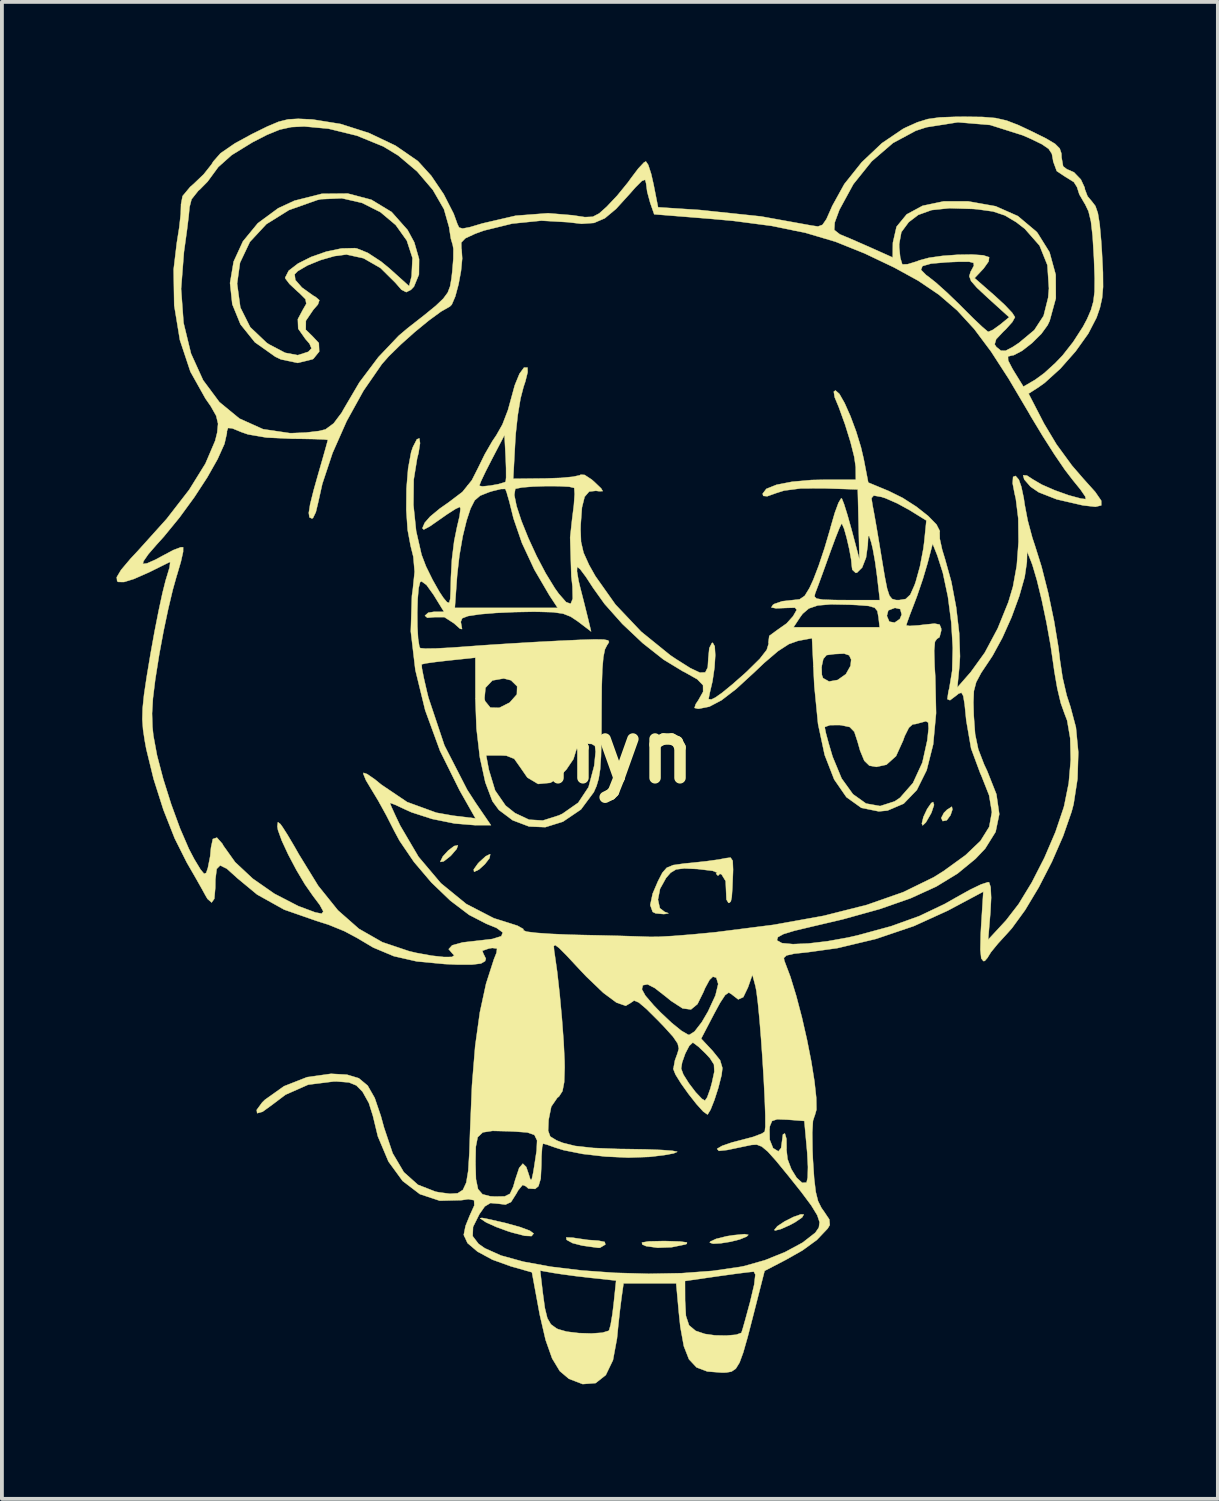
<source format=kicad_pcb>
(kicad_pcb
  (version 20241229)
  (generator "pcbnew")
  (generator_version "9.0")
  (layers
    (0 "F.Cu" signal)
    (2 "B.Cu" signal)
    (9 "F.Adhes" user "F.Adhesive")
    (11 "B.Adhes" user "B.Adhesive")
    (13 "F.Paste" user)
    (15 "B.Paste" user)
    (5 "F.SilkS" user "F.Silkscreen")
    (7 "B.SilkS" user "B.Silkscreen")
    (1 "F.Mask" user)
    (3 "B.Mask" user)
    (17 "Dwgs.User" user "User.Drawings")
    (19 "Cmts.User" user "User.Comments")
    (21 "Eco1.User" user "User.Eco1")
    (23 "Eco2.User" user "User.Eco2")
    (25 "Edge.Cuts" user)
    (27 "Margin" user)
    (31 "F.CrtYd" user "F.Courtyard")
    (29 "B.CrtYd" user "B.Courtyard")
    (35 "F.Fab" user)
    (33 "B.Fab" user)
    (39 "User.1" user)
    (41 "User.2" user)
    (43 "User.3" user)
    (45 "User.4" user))
  (footprint "nyn"
    (layer "F.Cu")
    (at 13.15 16.617)
    (property "Reference" "nyn" (at 0 0 0) (layer "F.SilkS") (effects (font (size 1.524 1.524) (thickness 0.3))))
    (attr through_hole)
    (fp_poly (pts (xy 2.642 3.2) (xy 2.591 3.251) (xy 2.54 3.2) (xy 2.591 3.15) (xy 2.642 3.2)) (stroke (width 0.01) (type solid)) (fill yes) (layer "F.SilkS"))
    (fp_poly (pts (xy 8.726 1.519) (xy 8.676 1.668) (xy 8.577 1.801) (xy 8.471 1.822) (xy 8.433 1.74) (xy 8.502 1.607) (xy 8.585 1.524) (xy 8.711 1.444) (xy 8.726 1.519)) (stroke (width 0.01) (type solid)) (fill yes) (layer "F.SilkS"))
    (fp_poly (pts (xy -4.248 2.55) (xy -4.391 2.716) (xy -4.42 2.744) (xy -4.586 2.874) (xy -4.671 2.891) (xy -4.674 2.878) (xy -4.611 2.747) (xy -4.468 2.591) (xy -4.314 2.474) (xy -4.216 2.456) (xy -4.248 2.55)) (stroke (width 0.01) (type solid)) (fill yes) (layer "F.SilkS"))
    (fp_poly (pts (xy -3.37 2.692) (xy -3.39 2.793) (xy -3.509 2.948) (xy -3.665 3.09) (xy -3.793 3.15) (xy -3.802 3.087) (xy -3.692 2.933) (xy -3.658 2.896) (xy -3.486 2.74) (xy -3.377 2.688) (xy -3.37 2.692)) (stroke (width 0.01) (type solid)) (fill yes) (layer "F.SilkS"))
    (fp_poly (pts (xy 8.245 1.398) (xy 8.181 1.589) (xy 8.164 1.626) (xy 8.032 1.855) (xy 7.947 1.936) (xy 7.925 1.886) (xy 7.967 1.712) (xy 8.065 1.504) (xy 8.172 1.35) (xy 8.219 1.321) (xy 8.245 1.398)) (stroke (width 0.01) (type solid)) (fill yes) (layer "F.SilkS"))
    (fp_poly (pts (xy 4.836 12.118) (xy 4.792 12.194) (xy 4.61 12.319) (xy 4.48 12.39) (xy 4.236 12.499) (xy 4.086 12.537) (xy 4.064 12.522) (xy 4.145 12.424) (xy 4.337 12.297) (xy 4.567 12.181) (xy 4.76 12.113) (xy 4.836 12.118)) (stroke (width 0.01) (type solid)) (fill yes) (layer "F.SilkS"))
    (fp_poly (pts (xy 1.219 12.813) (xy 1.596 12.824) (xy 1.778 12.848) (xy 1.774 12.886) (xy 1.727 12.903) (xy 1.379 12.974) (xy 1.011 12.988) (xy 0.709 12.946) (xy 0.61 12.903) (xy 0.599 12.851) (xy 0.773 12.821) (xy 1.139 12.813) (xy 1.219 12.813)) (stroke (width 0.01) (type solid)) (fill yes) (layer "F.SilkS"))
    (fp_poly (pts (xy 3.386 12.65) (xy 3.343 12.694) (xy 3.162 12.769) (xy 2.917 12.831) (xy 2.664 12.871) (xy 2.464 12.882) (xy 2.375 12.854) (xy 2.388 12.826) (xy 2.542 12.755) (xy 2.821 12.686) (xy 2.997 12.659) (xy 3.286 12.631) (xy 3.386 12.65)) (stroke (width 0.01) (type solid)) (fill yes) (layer "F.SilkS"))
    (fp_poly (pts (xy -1.21 12.724) (xy -1.13 12.737) (xy -0.812 12.783) (xy -0.54 12.802) (xy -0.375 12.835) (xy -0.356 12.903) (xy -0.501 12.99) (xy -0.539 12.99) (xy -0.723 12.965) (xy -0.965 12.931) (xy -1.217 12.866) (xy -1.372 12.78) (xy -1.38 12.717) (xy -1.21 12.724)) (stroke (width 0.01) (type solid)) (fill yes) (layer "F.SilkS"))
    (fp_poly (pts (xy -3.454 12.231) (xy -2.981 12.338) (xy -2.595 12.445) (xy -2.334 12.541) (xy -2.235 12.614) (xy -2.235 12.616) (xy -2.288 12.683) (xy -2.466 12.675) (xy -2.796 12.59) (xy -2.9 12.558) (xy -3.211 12.445) (xy -3.467 12.329) (xy -3.509 12.304) (xy -3.636 12.217) (xy -3.587 12.206) (xy -3.454 12.231)) (stroke (width 0.01) (type solid)) (fill yes) (layer "F.SilkS"))
    (fp_poly (pts (xy 2.976 2.861) (xy 2.985 3.09) (xy 2.983 3.17) (xy 2.967 3.568) (xy 2.951 3.805) (xy 2.927 3.922) (xy 2.889 3.96) (xy 2.864 3.962) (xy 2.812 3.875) (xy 2.803 3.671) (xy 2.791 3.392) (xy 2.685 3.219) (xy 2.449 3.123) (xy 2.054 3.076) (xy 1.707 3.06) (xy 1.495 3.086) (xy 1.351 3.173) (xy 1.232 3.309) (xy 1.074 3.594) (xy 1.019 3.878) (xy 1.069 4.101) (xy 1.194 4.197) (xy 1.296 4.234) (xy 1.204 4.253) (xy 1.16 4.255) (xy 0.957 4.236) (xy 0.881 4.199) (xy 0.817 4.019) (xy 0.881 3.719) (xy 1.018 3.399) (xy 1.134 3.174) (xy 1.249 3.043) (xy 1.421 2.972) (xy 1.708 2.932) (xy 1.907 2.913) (xy 2.289 2.872) (xy 2.613 2.827) (xy 2.794 2.792) (xy 2.92 2.777) (xy 2.976 2.861)) (stroke (width 0.01) (type solid)) (fill yes) (layer "F.SilkS"))
    (fp_poly (pts (xy -6.481 -14.44) (xy -5.951 -14.119) (xy -5.533 -13.648) (xy -5.358 -13.325) (xy -5.232 -12.887) (xy -5.236 -12.483) (xy -5.366 -12.166) (xy -5.446 -12.082) (xy -5.568 -12.021) (xy -5.694 -12.085) (xy -5.852 -12.267) (xy -6.241 -12.652) (xy -6.686 -12.908) (xy -7.129 -13.005) (xy -7.141 -13.005) (xy -7.45 -12.964) (xy -7.811 -12.86) (xy -8.154 -12.72) (xy -8.408 -12.571) (xy -8.489 -12.489) (xy -8.471 -12.34) (xy -8.299 -12.143) (xy -8.004 -11.931) (xy -7.935 -11.891) (xy -7.842 -11.81) (xy -7.879 -11.7) (xy -8.002 -11.558) (xy -8.195 -11.273) (xy -8.198 -11.038) (xy -8.026 -10.871) (xy -7.856 -10.69) (xy -7.846 -10.466) (xy -7.998 -10.278) (xy -8.02 -10.265) (xy -8.408 -10.169) (xy -8.847 -10.261) (xy -8.992 -10.329) (xy -9.53 -10.71) (xy -9.906 -11.178) (xy -10.121 -11.705) (xy -10.178 -12.243) (xy -9.995 -12.243) (xy -9.91 -11.62) (xy -9.651 -11.104) (xy -9.221 -10.696) (xy -9.157 -10.654) (xy -8.738 -10.434) (xy -8.407 -10.372) (xy -8.132 -10.46) (xy -8.131 -10.461) (xy -8.048 -10.549) (xy -8.099 -10.672) (xy -8.207 -10.796) (xy -8.396 -11.065) (xy -8.405 -11.315) (xy -8.274 -11.561) (xy -8.184 -11.717) (xy -8.205 -11.837) (xy -8.359 -11.992) (xy -8.426 -12.05) (xy -8.624 -12.236) (xy -8.731 -12.377) (xy -8.738 -12.4) (xy -8.645 -12.582) (xy -8.401 -12.77) (xy -8.056 -12.943) (xy -7.66 -13.082) (xy -7.263 -13.165) (xy -6.915 -13.173) (xy -6.862 -13.165) (xy -6.576 -13.05) (xy -6.227 -12.822) (xy -6.005 -12.64) (xy -5.493 -12.179) (xy -5.428 -12.44) (xy -5.405 -12.915) (xy -5.553 -13.37) (xy -5.844 -13.778) (xy -6.244 -14.115) (xy -6.725 -14.357) (xy -7.253 -14.478) (xy -7.8 -14.454) (xy -7.897 -14.432) (xy -8.637 -14.17) (xy -9.229 -13.801) (xy -9.66 -13.337) (xy -9.919 -12.791) (xy -9.995 -12.243) (xy -10.178 -12.243) (xy -10.18 -12.262) (xy -10.086 -12.82) (xy -9.842 -13.351) (xy -9.452 -13.826) (xy -8.92 -14.217) (xy -8.496 -14.414) (xy -7.778 -14.596) (xy -7.098 -14.602) (xy -6.481 -14.44)) (stroke (width 0.01) (type solid)) (fill yes) (layer "F.SilkS"))
    (fp_poly (pts (xy 9.513 -16.606) (xy 9.855 -16.578) (xy 10.144 -16.512) (xy 10.455 -16.392) (xy 10.795 -16.232) (xy 11.178 -16.042) (xy 11.412 -15.903) (xy 11.533 -15.782) (xy 11.578 -15.65) (xy 11.582 -15.547) (xy 11.623 -15.314) (xy 11.719 -15.24) (xy 11.907 -15.158) (xy 12.088 -14.969) (xy 12.188 -14.754) (xy 12.192 -14.714) (xy 12.262 -14.531) (xy 12.38 -14.39) (xy 12.468 -14.275) (xy 12.532 -14.09) (xy 12.58 -13.797) (xy 12.619 -13.357) (xy 12.638 -13.066) (xy 12.665 -12.538) (xy 12.668 -12.157) (xy 12.643 -11.867) (xy 12.586 -11.611) (xy 12.498 -11.355) (xy 12.282 -10.937) (xy 11.949 -10.471) (xy 11.552 -10.021) (xy 11.143 -9.65) (xy 10.973 -9.528) (xy 10.719 -9.365) (xy 11.125 -8.579) (xy 11.451 -8.035) (xy 11.857 -7.48) (xy 12.152 -7.139) (xy 12.463 -6.793) (xy 12.62 -6.565) (xy 12.622 -6.441) (xy 12.469 -6.404) (xy 12.158 -6.439) (xy 12.115 -6.447) (xy 11.455 -6.599) (xy 10.985 -6.783) (xy 10.772 -6.928) (xy 10.605 -7.12) (xy 10.576 -7.229) (xy 10.676 -7.222) (xy 10.834 -7.119) (xy 11.067 -6.983) (xy 11.406 -6.835) (xy 11.773 -6.704) (xy 12.087 -6.62) (xy 12.216 -6.604) (xy 12.202 -6.673) (xy 12.079 -6.853) (xy 11.88 -7.098) (xy 11.67 -7.371) (xy 11.396 -7.773) (xy 11.089 -8.255) (xy 10.781 -8.765) (xy 10.716 -8.879) (xy 10.199 -9.753) (xy 9.735 -10.47) (xy 9.296 -11.057) (xy 8.851 -11.542) (xy 8.373 -11.954) (xy 7.832 -12.32) (xy 7.312 -12.606) (xy 7.903 -12.606) (xy 8.04 -12.467) (xy 8.086 -12.435) (xy 8.293 -12.272) (xy 8.584 -12.011) (xy 8.906 -11.701) (xy 8.988 -11.618) (xy 9.272 -11.335) (xy 9.503 -11.116) (xy 9.644 -10.996) (xy 9.666 -10.983) (xy 9.783 -11.034) (xy 9.971 -11.169) (xy 10.211 -11.365) (xy 9.652 -11.871) (xy 9.367 -12.137) (xy 9.214 -12.312) (xy 9.167 -12.439) (xy 9.202 -12.556) (xy 9.221 -12.589) (xy 9.288 -12.715) (xy 9.279 -12.787) (xy 9.159 -12.818) (xy 8.895 -12.817) (xy 8.585 -12.804) (xy 8.167 -12.768) (xy 7.942 -12.704) (xy 7.903 -12.606) (xy 7.312 -12.606) (xy 7.198 -12.668) (xy 6.444 -13.027) (xy 6.427 -13.035) (xy 5.669 -13.34) (xy 4.874 -13.576) (xy 4.511 -13.65) (xy 5.633 -13.65) (xy 5.782 -13.533) (xy 5.81 -13.522) (xy 6.031 -13.43) (xy 6.355 -13.289) (xy 6.604 -13.179) (xy 7.163 -12.929) (xy 7.167 -13.28) (xy 7.332 -13.28) (xy 7.333 -13.191) (xy 7.36 -12.926) (xy 7.408 -12.763) (xy 7.423 -12.747) (xy 7.556 -12.753) (xy 7.793 -12.826) (xy 7.86 -12.853) (xy 8.113 -12.921) (xy 8.467 -12.971) (xy 8.862 -13) (xy 9.237 -13.006) (xy 9.532 -12.986) (xy 9.687 -12.936) (xy 9.673 -12.824) (xy 9.546 -12.645) (xy 9.531 -12.628) (xy 9.306 -12.389) (xy 9.835 -11.927) (xy 10.099 -11.683) (xy 10.289 -11.482) (xy 10.363 -11.367) (xy 10.363 -11.366) (xy 10.294 -11.24) (xy 10.122 -11.048) (xy 10.058 -10.988) (xy 9.87 -10.789) (xy 9.831 -10.656) (xy 9.875 -10.587) (xy 9.994 -10.491) (xy 10.115 -10.487) (xy 10.302 -10.585) (xy 10.466 -10.693) (xy 10.868 -11.028) (xy 11.112 -11.402) (xy 11.231 -11.877) (xy 11.252 -12.117) (xy 11.211 -12.73) (xy 11.006 -13.24) (xy 10.621 -13.678) (xy 10.397 -13.852) (xy 10.1 -14.029) (xy 9.788 -14.133) (xy 9.375 -14.19) (xy 9.264 -14.199) (xy 8.645 -14.218) (xy 8.181 -14.169) (xy 7.833 -14.044) (xy 7.582 -13.853) (xy 7.389 -13.592) (xy 7.332 -13.28) (xy 7.167 -13.28) (xy 7.168 -13.317) (xy 7.263 -13.733) (xy 7.529 -14.057) (xy 7.946 -14.282) (xy 8.498 -14.398) (xy 9.137 -14.398) (xy 9.856 -14.27) (xy 10.439 -14.012) (xy 10.919 -13.609) (xy 10.953 -13.571) (xy 11.267 -13.067) (xy 11.429 -12.478) (xy 11.432 -11.86) (xy 11.27 -11.268) (xy 11.217 -11.157) (xy 11.052 -10.93) (xy 10.809 -10.689) (xy 10.548 -10.486) (xy 10.331 -10.372) (xy 10.277 -10.363) (xy 10.18 -10.337) (xy 10.185 -10.232) (xy 10.298 -10.014) (xy 10.372 -9.892) (xy 10.584 -9.549) (xy 10.891 -9.728) (xy 11.132 -9.905) (xy 11.422 -10.17) (xy 11.607 -10.363) (xy 11.885 -10.717) (xy 12.142 -11.115) (xy 12.249 -11.316) (xy 12.352 -11.555) (xy 12.415 -11.777) (xy 12.446 -12.036) (xy 12.449 -12.385) (xy 12.431 -12.877) (xy 12.428 -12.942) (xy 12.395 -13.488) (xy 12.351 -13.872) (xy 12.287 -14.137) (xy 12.198 -14.323) (xy 12.182 -14.347) (xy 12.047 -14.58) (xy 11.989 -14.763) (xy 11.989 -14.766) (xy 11.904 -14.902) (xy 11.699 -15.03) (xy 11.69 -15.034) (xy 11.456 -15.19) (xy 11.363 -15.443) (xy 11.359 -15.477) (xy 11.328 -15.643) (xy 11.244 -15.771) (xy 11.069 -15.892) (xy 10.763 -16.04) (xy 10.566 -16.126) (xy 9.713 -16.396) (xy 8.87 -16.467) (xy 8.047 -16.337) (xy 7.768 -16.246) (xy 7.171 -15.925) (xy 6.613 -15.445) (xy 6.133 -14.847) (xy 5.767 -14.175) (xy 5.645 -13.843) (xy 5.633 -13.65) (xy 4.511 -13.65) (xy 3.996 -13.755) (xy 2.988 -13.887) (xy 2.416 -13.939) (xy 0.921 -14.059) (xy 0.816 -14.36) (xy 0.738 -14.648) (xy 0.708 -14.874) (xy 0.683 -14.963) (xy 0.599 -14.932) (xy 0.43 -14.763) (xy 0.277 -14.589) (xy -0.078 -14.199) (xy -0.371 -13.955) (xy -0.654 -13.833) (xy -0.979 -13.81) (xy -1.339 -13.852) (xy -2.033 -13.892) (xy -2.794 -13.815) (xy -3.532 -13.634) (xy -3.762 -13.551) (xy -4.021 -13.431) (xy -4.128 -13.319) (xy -4.125 -13.164) (xy -4.119 -13.139) (xy -4.104 -12.902) (xy -4.135 -12.576) (xy -4.2 -12.224) (xy -4.285 -11.909) (xy -4.376 -11.696) (xy -4.428 -11.644) (xy -4.657 -11.514) (xy -4.979 -11.278) (xy -5.347 -10.976) (xy -5.712 -10.65) (xy -6.028 -10.34) (xy -6.207 -10.137) (xy -6.687 -9.442) (xy -7.128 -8.645) (xy -7.497 -7.811) (xy -7.765 -7.004) (xy -7.871 -6.528) (xy -7.934 -6.265) (xy -8.008 -6.112) (xy -8.035 -6.096) (xy -8.102 -6.128) (xy -8.119 -6.244) (xy -8.083 -6.472) (xy -7.991 -6.84) (xy -7.874 -7.255) (xy -7.762 -7.644) (xy -7.675 -7.951) (xy -7.626 -8.129) (xy -7.62 -8.155) (xy -7.715 -8.166) (xy -7.967 -8.176) (xy -8.334 -8.183) (xy -8.56 -8.185) (xy -9.228 -8.216) (xy -9.711 -8.299) (xy -9.881 -8.358) (xy -10.122 -8.457) (xy -10.231 -8.467) (xy -10.261 -8.385) (xy -10.262 -8.333) (xy -10.326 -8.05) (xy -10.505 -7.652) (xy -10.775 -7.174) (xy -11.115 -6.653) (xy -11.502 -6.123) (xy -11.913 -5.621) (xy -12.109 -5.404) (xy -12.318 -5.163) (xy -12.444 -4.981) (xy -12.462 -4.909) (xy -12.35 -4.924) (xy -12.124 -5.024) (xy -11.935 -5.127) (xy -11.664 -5.271) (xy -11.468 -5.345) (xy -11.407 -5.345) (xy -11.408 -5.227) (xy -11.465 -4.971) (xy -11.565 -4.63) (xy -11.575 -4.601) (xy -11.678 -4.234) (xy -11.798 -3.73) (xy -11.919 -3.154) (xy -12.028 -2.567) (xy -12.037 -2.514) (xy -12.138 -1.877) (xy -12.198 -1.388) (xy -12.221 -0.994) (xy -12.21 -0.644) (xy -12.187 -0.42) (xy -12.091 0.099) (xy -11.928 0.72) (xy -11.72 1.38) (xy -11.489 2.011) (xy -11.256 2.55) (xy -11.116 2.817) (xy -10.953 3.087) (xy -10.859 3.2) (xy -10.804 3.177) (xy -10.76 3.048) (xy -10.699 2.74) (xy -10.678 2.515) (xy -10.63 2.29) (xy -10.523 2.254) (xy -10.383 2.412) (xy -10.355 2.464) (xy -10.046 2.897) (xy -9.585 3.328) (xy -9.018 3.723) (xy -8.393 4.046) (xy -7.95 4.211) (xy -7.779 4.244) (xy -7.739 4.185) (xy -7.832 4.015) (xy -8.013 3.774) (xy -8.222 3.474) (xy -8.445 3.098) (xy -8.655 2.701) (xy -8.824 2.337) (xy -8.925 2.058) (xy -8.941 1.961) (xy -8.927 1.849) (xy -8.861 1.9) (xy -8.801 1.984) (xy -8.673 2.185) (xy -8.496 2.484) (xy -8.378 2.692) (xy -7.872 3.515) (xy -7.356 4.157) (xy -6.806 4.641) (xy -6.193 4.991) (xy -5.491 5.227) (xy -5.304 5.271) (xy -4.902 5.344) (xy -4.58 5.379) (xy -4.372 5.377) (xy -4.312 5.335) (xy -4.356 5.293) (xy -4.458 5.173) (xy -4.367 5.073) (xy -4.094 4.997) (xy -3.759 4.959) (xy -3.585 4.939) (xy 4.133 4.939) (xy 4.135 4.943) (xy 4.264 5.015) (xy 4.553 5.042) (xy 4.962 5.024) (xy 5.455 4.966) (xy 5.994 4.869) (xy 6.248 4.811) (xy 7.121 4.573) (xy 7.858 4.308) (xy 8.525 3.99) (xy 8.833 3.815) (xy 9.185 3.619) (xy 9.473 3.48) (xy 9.654 3.421) (xy 9.685 3.424) (xy 9.726 3.55) (xy 9.739 3.828) (xy 9.72 4.205) (xy 9.66 4.926) (xy 10.129 4.419) (xy 10.458 3.993) (xy 10.803 3.427) (xy 11.134 2.779) (xy 11.422 2.107) (xy 11.637 1.469) (xy 11.651 1.417) (xy 11.77 0.827) (xy 11.822 0.219) (xy 11.808 -0.347) (xy 11.728 -0.812) (xy 11.655 -1.004) (xy 11.562 -1.266) (xy 11.469 -1.658) (xy 11.392 -2.104) (xy 11.376 -2.223) (xy 11.296 -2.773) (xy 11.188 -3.372) (xy 11.064 -3.962) (xy 10.937 -4.484) (xy 10.819 -4.883) (xy 10.783 -4.978) (xy 10.681 -5.232) (xy 10.674 -4.958) (xy 10.617 -4.567) (xy 10.475 -4.065) (xy 10.273 -3.513) (xy 10.032 -2.974) (xy 9.778 -2.508) (xy 9.703 -2.394) (xy 9.479 -2.059) (xy 9.348 -1.814) (xy 9.287 -1.582) (xy 9.275 -1.286) (xy 9.284 -0.946) (xy 9.32 -0.453) (xy 9.402 -0.059) (xy 9.555 0.339) (xy 9.635 0.508) (xy 9.877 1.119) (xy 9.952 1.64) (xy 9.856 2.104) (xy 9.583 2.542) (xy 9.33 2.809) (xy 8.861 3.194) (xy 8.303 3.535) (xy 7.633 3.841) (xy 6.826 4.123) (xy 5.858 4.392) (xy 5.062 4.579) (xy 4.595 4.69) (xy 4.303 4.779) (xy 4.158 4.859) (xy 4.133 4.939) (xy -3.585 4.939) (xy -3.319 4.908) (xy -3.08 4.834) (xy -3.042 4.737) (xy -3.206 4.617) (xy -3.472 4.509) (xy -3.922 4.277) (xy -4.415 3.903) (xy -4.911 3.427) (xy -5.367 2.89) (xy -5.744 2.336) (xy -5.882 2.079) (xy -6.089 1.673) (xy -6.266 1.351) (xy -5.994 1.351) (xy -5.954 1.453) (xy -5.849 1.683) (xy -5.728 1.937) (xy -5.247 2.756) (xy -4.662 3.448) (xy -3.997 3.991) (xy -3.276 4.364) (xy -2.922 4.475) (xy -2.656 4.56) (xy -2.507 4.644) (xy -2.495 4.683) (xy -2.419 4.715) (xy -2.173 4.746) (xy -1.791 4.773) (xy -1.308 4.794) (xy -1.046 4.801) (xy -0.482 4.813) (xy 0.037 4.826) (xy 0.465 4.839) (xy 0.753 4.849) (xy 0.813 4.852) (xy 1.046 4.849) (xy 1.431 4.827) (xy 1.917 4.788) (xy 2.454 4.737) (xy 2.54 4.728) (xy 4.042 4.537) (xy 5.353 4.301) (xy 6.483 4.016) (xy 7.439 3.681) (xy 8.231 3.294) (xy 8.495 3.129) (xy 9.068 2.714) (xy 9.461 2.339) (xy 9.688 1.974) (xy 9.759 1.587) (xy 9.686 1.147) (xy 9.48 0.625) (xy 9.455 0.572) (xy 9.215 -0.077) (xy 9.089 -0.806) (xy 9.085 -0.842) (xy 9.046 -1.233) (xy 9.009 -1.455) (xy 8.962 -1.538) (xy 8.891 -1.517) (xy 8.842 -1.476) (xy 8.663 -1.341) (xy 8.593 -1.37) (xy 8.622 -1.572) (xy 8.643 -1.65) (xy 8.719 -2.114) (xy 8.735 -2.709) (xy 8.696 -3.375) (xy 8.608 -4.051) (xy 8.475 -4.677) (xy 8.33 -5.131) (xy 8.208 -5.436) (xy 8.075 -4.928) (xy 7.954 -4.52) (xy 7.801 -4.07) (xy 7.73 -3.882) (xy 7.615 -3.583) (xy 7.538 -3.369) (xy 7.518 -3.3) (xy 7.608 -3.286) (xy 7.836 -3.301) (xy 7.976 -3.318) (xy 8.256 -3.347) (xy 8.39 -3.322) (xy 8.431 -3.223) (xy 8.433 -3.163) (xy 8.388 -2.991) (xy 8.32 -2.946) (xy 8.268 -2.872) (xy 8.248 -2.636) (xy 8.26 -2.224) (xy 8.277 -1.956) (xy 8.298 -1.004) (xy 8.222 -0.185) (xy 8.052 0.489) (xy 7.794 1.009) (xy 7.451 1.365) (xy 7.027 1.546) (xy 6.799 1.568) (xy 6.342 1.475) (xy 5.951 1.195) (xy 5.631 0.731) (xy 5.382 0.091) (xy 5.229 -0.626) (xy 5.385 -0.626) (xy 5.413 -0.486) (xy 5.487 -0.212) (xy 5.59 0.136) (xy 5.826 0.706) (xy 6.123 1.118) (xy 6.465 1.362) (xy 6.834 1.428) (xy 7.214 1.306) (xy 7.355 1.21) (xy 7.693 0.825) (xy 7.939 0.29) (xy 8.068 -0.292) (xy 8.102 -0.604) (xy 8.092 -0.757) (xy 8.031 -0.792) (xy 7.972 -0.775) (xy 7.76 -0.718) (xy 7.687 -0.711) (xy 7.587 -0.623) (xy 7.476 -0.402) (xy 7.435 -0.286) (xy 7.25 0.121) (xy 6.999 0.346) (xy 6.737 0.403) (xy 6.552 0.371) (xy 6.419 0.242) (xy 6.309 -0.025) (xy 6.244 -0.254) (xy 6.158 -0.516) (xy 6.038 -0.64) (xy 5.816 -0.687) (xy 5.762 -0.692) (xy 5.519 -0.689) (xy 5.391 -0.643) (xy 5.385 -0.626) (xy 5.229 -0.626) (xy 5.209 -0.721) (xy 5.113 -1.7) (xy 5.109 -1.761) (xy 5.087 -2.218) (xy 5.302 -2.218) (xy 5.309 -2.004) (xy 5.34 -1.92) (xy 5.497 -1.832) (xy 5.722 -1.872) (xy 5.937 -2.024) (xy 6.059 -2.241) (xy 6.076 -2.405) (xy 6.023 -2.517) (xy 5.891 -2.562) (xy 5.634 -2.549) (xy 5.431 -2.522) (xy 5.347 -2.422) (xy 5.302 -2.218) (xy 5.087 -2.218) (xy 5.051 -2.964) (xy 4.685 -2.896) (xy 4.446 -2.811) (xy 4.162 -2.627) (xy 3.802 -2.32) (xy 3.546 -2.077) (xy 3.066 -1.636) (xy 2.681 -1.34) (xy 2.363 -1.173) (xy 2.087 -1.118) (xy 2.07 -1.118) (xy 1.976 -1.14) (xy 2.008 -1.24) (xy 2.077 -1.343) (xy 2.201 -1.564) (xy 2.199 -1.734) (xy 2.048 -1.89) (xy 1.729 -2.07) (xy 1.665 -2.102) (xy 1.165 -2.406) (xy 0.62 -2.836) (xy 0.087 -3.339) (xy -0.379 -3.863) (xy -0.675 -4.277) (xy -0.865 -4.568) (xy -1.014 -4.767) (xy -1.093 -4.833) (xy -1.095 -4.831) (xy -1.1 -4.714) (xy -1.058 -4.467) (xy -1.017 -4.296) (xy -0.922 -3.926) (xy -0.835 -3.576) (xy -0.81 -3.475) (xy -0.73 -3.14) (xy -1.07 -3.399) (xy -1.264 -3.529) (xy -1.463 -3.607) (xy -1.728 -3.645) (xy -2.12 -3.656) (xy -2.254 -3.657) (xy -2.736 -3.648) (xy -3.221 -3.626) (xy -3.609 -3.594) (xy -3.64 -3.591) (xy -3.953 -3.544) (xy -4.105 -3.486) (xy -4.141 -3.392) (xy -4.129 -3.326) (xy -4.107 -3.203) (xy -4.161 -3.213) (xy -4.319 -3.354) (xy -4.57 -3.516) (xy -4.82 -3.516) (xy -5.017 -3.5) (xy -5.08 -3.554) (xy -4.993 -3.632) (xy -4.83 -3.658) (xy -4.58 -3.658) (xy -4.643 -3.759) (xy -4.297 -3.759) (xy -1.606 -3.759) (xy -1.823 -4.089) (xy -2.215 -4.759) (xy -2.54 -5.456) (xy -2.762 -6.102) (xy -2.788 -6.207) (xy -2.87 -6.537) (xy -2.921 -6.714) (xy -2.74 -6.714) (xy -2.681 -6.422) (xy -2.553 -6.032) (xy -2.372 -5.583) (xy -2.156 -5.114) (xy -1.919 -4.664) (xy -1.679 -4.272) (xy -1.576 -4.128) (xy -1.385 -3.91) (xy -1.265 -3.865) (xy -1.211 -3.999) (xy -1.218 -4.318) (xy -1.248 -4.586) (xy -1.279 -5.601) (xy -1.228 -6.074) (xy -1.181 -6.447) (xy -1.161 -6.737) (xy -1.171 -6.89) (xy -1.176 -6.899) (xy -1.305 -6.929) (xy -1.571 -6.943) (xy -1.909 -6.945) (xy -2.254 -6.933) (xy -2.54 -6.91) (xy -2.703 -6.877) (xy -2.715 -6.869) (xy -2.74 -6.714) (xy -2.921 -6.714) (xy -2.939 -6.778) (xy -2.976 -6.871) (xy -3.09 -6.869) (xy -3.322 -6.812) (xy -3.41 -6.784) (xy -3.633 -6.695) (xy -3.777 -6.572) (xy -3.885 -6.359) (xy -3.989 -6.045) (xy -4.09 -5.632) (xy -4.178 -5.123) (xy -4.235 -4.623) (xy -4.237 -4.597) (xy -4.297 -3.759) (xy -4.643 -3.759) (xy -4.855 -4.103) (xy -5.038 -4.358) (xy -5.167 -4.452) (xy -5.205 -4.433) (xy -5.244 -4.277) (xy -5.269 -3.991) (xy -5.279 -3.636) (xy -5.276 -3.27) (xy -5.258 -2.955) (xy -5.226 -2.75) (xy -5.203 -2.706) (xy -5.074 -2.693) (xy -4.789 -2.697) (xy -4.394 -2.718) (xy -4.06 -2.742) (xy -3.53 -2.781) (xy -2.881 -2.823) (xy -2.195 -2.864) (xy -1.58 -2.896) (xy -1.021 -2.922) (xy -0.637 -2.934) (xy -0.401 -2.93) (xy -0.285 -2.908) (xy -0.261 -2.865) (xy -0.301 -2.798) (xy -0.31 -2.787) (xy -0.369 -2.672) (xy -0.41 -2.468) (xy -0.437 -2.149) (xy -0.452 -1.687) (xy -0.457 -1.052) (xy -0.457 -0.975) (xy -0.46 -0.342) (xy -0.471 0.125) (xy -0.493 0.464) (xy -0.532 0.711) (xy -0.589 0.905) (xy -0.66 1.065) (xy -0.996 1.518) (xy -1.467 1.837) (xy -1.929 1.981) (xy -2.354 1.963) (xy -2.784 1.8) (xy -3.144 1.53) (xy -3.312 1.302) (xy -3.499 0.807) (xy -3.641 0.157) (xy -3.648 0.102) (xy -3.477 0.102) (xy -3.406 0.479) (xy -3.242 1.02) (xy -2.969 1.415) (xy -2.722 1.612) (xy -2.354 1.785) (xy -1.993 1.806) (xy -1.574 1.673) (xy -1.478 1.628) (xy -1.068 1.341) (xy -0.798 0.934) (xy -0.651 0.381) (xy -0.642 0.307) (xy -0.612 0.006) (xy -0.629 -0.145) (xy -0.715 -0.197) (xy -0.849 -0.203) (xy -1.067 -0.151) (xy -1.118 -0.041) (xy -1.193 0.2) (xy -1.38 0.476) (xy -1.618 0.713) (xy -1.797 0.82) (xy -2.118 0.85) (xy -2.399 0.682) (xy -2.592 0.403) (xy -2.742 0.191) (xy -2.948 0.11) (xy -3.113 0.102) (xy -3.477 0.102) (xy -3.648 0.102) (xy -3.73 -0.603) (xy -3.758 -1.354) (xy -3.758 -1.383) (xy -3.521 -1.383) (xy -3.504 -1.317) (xy -3.367 -1.149) (xy -3.134 -1.143) (xy -2.862 -1.28) (xy -2.673 -1.494) (xy -2.666 -1.705) (xy -2.827 -1.863) (xy -3.016 -1.911) (xy -3.313 -1.859) (xy -3.494 -1.668) (xy -3.521 -1.383) (xy -3.758 -1.383) (xy -3.759 -2.455) (xy -4.445 -2.383) (xy -4.794 -2.343) (xy -5.053 -2.307) (xy -5.165 -2.281) (xy -5.165 -2.281) (xy -5.158 -2.176) (xy -5.108 -1.921) (xy -5.026 -1.565) (xy -4.987 -1.408) (xy -4.569 -0.159) (xy -3.973 1.002) (xy -3.756 1.338) (xy -3.351 1.93) (xy -3.753 1.93) (xy -4.301 1.885) (xy -4.894 1.765) (xy -5.429 1.592) (xy -5.613 1.509) (xy -5.847 1.399) (xy -5.981 1.348) (xy -5.994 1.351) (xy -6.266 1.351) (xy -6.304 1.283) (xy -6.479 0.993) (xy -6.482 0.989) (xy -6.624 0.751) (xy -6.69 0.589) (xy -6.687 0.558) (xy -6.591 0.591) (xy -6.393 0.727) (xy -6.22 0.868) (xy -5.544 1.324) (xy -4.781 1.602) (xy -4.342 1.68) (xy -3.756 1.751) (xy -4.174 1.013) (xy -4.684 -0.016) (xy -5.072 -1.078) (xy -5.33 -2.133) (xy -5.449 -3.144) (xy -5.42 -4.073) (xy -5.396 -4.246) (xy -5.349 -4.704) (xy -5.383 -5.098) (xy -5.455 -5.387) (xy -5.532 -5.799) (xy -5.567 -6.319) (xy -5.562 -6.879) (xy -5.519 -7.407) (xy -5.44 -7.834) (xy -5.396 -7.964) (xy -5.291 -8.169) (xy -5.225 -8.196) (xy -5.207 -8.068) (xy -5.247 -7.81) (xy -5.282 -7.676) (xy -5.373 -7.113) (xy -5.38 -6.45) (xy -5.309 -5.768) (xy -5.167 -5.148) (xy -5.052 -4.846) (xy -4.878 -4.492) (xy -4.703 -4.182) (xy -4.596 -4.021) (xy -4.502 -3.909) (xy -4.446 -3.891) (xy -4.417 -3.994) (xy -4.405 -4.249) (xy -4.399 -4.559) (xy -4.373 -5.03) (xy -4.314 -5.506) (xy -4.241 -5.867) (xy -4.172 -6.16) (xy -4.149 -6.354) (xy -4.165 -6.401) (xy -4.282 -6.346) (xy -4.502 -6.205) (xy -4.657 -6.096) (xy -4.953 -5.89) (xy -5.11 -5.807) (xy -5.146 -5.843) (xy -5.084 -5.987) (xy -4.945 -6.146) (xy -4.692 -6.356) (xy -4.458 -6.52) (xy -4.098 -6.793) (xy -3.968 -6.954) (xy -3.658 -6.954) (xy -3.573 -6.938) (xy -3.377 -6.957) (xy -3.155 -6.997) (xy -2.992 -7.046) (xy -2.966 -7.062) (xy -2.955 -7.169) (xy -2.956 -7.42) (xy -2.966 -7.685) (xy -2.997 -8.28) (xy -3.327 -7.648) (xy -3.491 -7.327) (xy -3.609 -7.079) (xy -3.657 -6.956) (xy -3.658 -6.954) (xy -3.968 -6.954) (xy -3.852 -7.098) (xy -3.693 -7.411) (xy -3.513 -7.779) (xy -3.316 -8.12) (xy -3.21 -8.277) (xy -3.052 -8.556) (xy -2.907 -8.933) (xy -2.84 -9.176) (xy -2.728 -9.585) (xy -2.604 -9.887) (xy -2.485 -10.049) (xy -2.395 -10.049) (xy -2.391 -9.926) (xy -2.451 -9.684) (xy -2.499 -9.541) (xy -2.578 -9.236) (xy -2.65 -8.802) (xy -2.703 -8.316) (xy -2.716 -8.115) (xy -2.769 -7.137) (xy -1.918 -7.146) (xy -1.521 -7.16) (xy -1.207 -7.19) (xy -1.026 -7.229) (xy -1.005 -7.244) (xy -0.9 -7.238) (xy -0.715 -7.117) (xy -0.649 -7.059) (xy -0.467 -6.885) (xy -0.426 -6.814) (xy -0.521 -6.811) (xy -0.604 -6.822) (xy -0.781 -6.803) (xy -0.9 -6.665) (xy -0.97 -6.385) (xy -1.003 -5.935) (xy -1.006 -5.809) (xy -0.994 -5.486) (xy -0.928 -5.202) (xy -0.784 -4.883) (xy -0.619 -4.59) (xy -0.092 -3.845) (xy 0.581 -3.135) (xy 1.342 -2.519) (xy 1.486 -2.422) (xy 1.868 -2.181) (xy 2.116 -2.064) (xy 2.258 -2.071) (xy 2.323 -2.202) (xy 2.337 -2.438) (xy 2.363 -2.705) (xy 2.431 -2.839) (xy 2.453 -2.845) (xy 2.505 -2.754) (xy 2.519 -2.52) (xy 2.499 -2.198) (xy 2.447 -1.841) (xy 2.376 -1.538) (xy 2.343 -1.371) (xy 2.418 -1.361) (xy 2.521 -1.412) (xy 2.694 -1.533) (xy 2.963 -1.753) (xy 3.276 -2.028) (xy 3.351 -2.097) (xy 3.684 -2.425) (xy 3.866 -2.659) (xy 3.916 -2.821) (xy 3.91 -2.85) (xy 3.932 -3.025) (xy 4.125 -3.167) (xy 4.244 -3.251) (xy 4.567 -3.251) (xy 6.821 -3.251) (xy 6.789 -3.531) (xy 6.785 -3.549) (xy 7.01 -3.549) (xy 7.074 -3.398) (xy 7.213 -3.373) (xy 7.349 -3.467) (xy 7.398 -3.583) (xy 7.36 -3.727) (xy 7.221 -3.759) (xy 7.047 -3.692) (xy 7.01 -3.549) (xy 6.785 -3.549) (xy 6.761 -3.677) (xy 6.691 -3.763) (xy 6.531 -3.809) (xy 6.235 -3.832) (xy 6.047 -3.841) (xy 5.546 -3.851) (xy 5.202 -3.822) (xy 4.969 -3.743) (xy 4.805 -3.603) (xy 4.735 -3.506) (xy 4.567 -3.251) (xy 4.244 -3.251) (xy 4.386 -3.351) (xy 4.555 -3.54) (xy 4.651 -3.707) (xy 4.606 -3.763) (xy 4.413 -3.758) (xy 4.108 -3.746) (xy 3.986 -3.77) (xy 4.025 -3.834) (xy 4.064 -3.861) (xy 4.272 -3.932) (xy 4.534 -3.961) (xy 4.725 -3.982) (xy 4.834 -4.055) (xy 5.115 -4.055) (xy 5.172 -4.002) (xy 5.338 -3.974) (xy 5.65 -3.964) (xy 5.943 -3.962) (xy 6.827 -3.962) (xy 6.755 -4.58) (xy 6.703 -4.962) (xy 6.642 -5.302) (xy 6.602 -5.469) (xy 6.546 -5.641) (xy 6.522 -5.635) (xy 6.512 -5.44) (xy 6.511 -5.404) (xy 6.465 -5.074) (xy 6.363 -4.813) (xy 6.229 -4.68) (xy 6.194 -4.674) (xy 6.106 -4.756) (xy 6.096 -4.821) (xy 6.076 -5.025) (xy 6.025 -5.302) (xy 5.958 -5.591) (xy 5.891 -5.829) (xy 5.837 -5.954) (xy 5.823 -5.959) (xy 5.768 -5.846) (xy 5.666 -5.59) (xy 5.536 -5.238) (xy 5.491 -5.113) (xy 5.35 -4.721) (xy 5.228 -4.387) (xy 5.146 -4.17) (xy 5.134 -4.14) (xy 5.115 -4.055) (xy 4.834 -4.055) (xy 4.859 -4.072) (xy 4.985 -4.278) (xy 5.085 -4.496) (xy 5.224 -4.858) (xy 5.38 -5.326) (xy 5.522 -5.807) (xy 5.541 -5.88) (xy 5.647 -6.245) (xy 5.743 -6.506) (xy 5.813 -6.624) (xy 5.832 -6.62) (xy 5.89 -6.473) (xy 5.979 -6.188) (xy 6.082 -5.821) (xy 6.096 -5.77) (xy 6.292 -5.029) (xy 6.254 -6.63) (xy 6.607 -6.63) (xy 6.636 -6.441) (xy 6.678 -6.219) (xy 6.742 -5.854) (xy 6.818 -5.401) (xy 6.875 -5.055) (xy 6.955 -4.576) (xy 7.017 -4.262) (xy 7.077 -4.079) (xy 7.148 -3.992) (xy 7.246 -3.964) (xy 7.327 -3.962) (xy 7.502 -3.99) (xy 7.623 -4.104) (xy 7.735 -4.355) (xy 7.766 -4.445) (xy 7.877 -4.847) (xy 7.964 -5.303) (xy 7.988 -5.486) (xy 8.044 -6.045) (xy 7.604 -6.317) (xy 7.281 -6.494) (xy 6.975 -6.628) (xy 6.869 -6.662) (xy 6.666 -6.698) (xy 6.607 -6.63) (xy 6.254 -6.63) (xy 6.248 -6.858) (xy 5.365 -6.887) (xy 4.76 -6.885) (xy 4.321 -6.828) (xy 4.121 -6.765) (xy 3.88 -6.679) (xy 3.775 -6.689) (xy 3.759 -6.746) (xy 3.855 -6.873) (xy 4.122 -6.98) (xy 4.528 -7.059) (xy 5.04 -7.105) (xy 5.371 -7.112) (xy 6.198 -7.112) (xy 6.195 -7.442) (xy 6.157 -7.709) (xy 6.058 -8.1) (xy 5.917 -8.555) (xy 5.752 -9.011) (xy 5.644 -9.271) (xy 5.621 -9.417) (xy 5.665 -9.449) (xy 5.767 -9.359) (xy 5.904 -9.119) (xy 6.057 -8.775) (xy 6.206 -8.375) (xy 6.332 -7.963) (xy 6.403 -7.66) (xy 6.523 -7.039) (xy 7.058 -6.817) (xy 7.426 -6.635) (xy 7.783 -6.406) (xy 8.09 -6.164) (xy 8.308 -5.941) (xy 8.397 -5.768) (xy 8.392 -5.731) (xy 8.395 -5.566) (xy 8.457 -5.282) (xy 8.533 -5.033) (xy 8.697 -4.445) (xy 8.824 -3.772) (xy 8.903 -3.094) (xy 8.924 -2.489) (xy 8.91 -2.25) (xy 8.854 -1.676) (xy 9.207 -2.08) (xy 9.572 -2.586) (xy 9.911 -3.221) (xy 10.19 -3.91) (xy 10.31 -4.314) (xy 10.41 -4.866) (xy 10.456 -5.487) (xy 10.449 -6.096) (xy 10.385 -6.615) (xy 10.355 -6.741) (xy 10.302 -7.018) (xy 10.313 -7.186) (xy 10.379 -7.212) (xy 10.464 -7.114) (xy 10.528 -6.933) (xy 10.592 -6.634) (xy 10.618 -6.456) (xy 10.696 -6.046) (xy 10.817 -5.594) (xy 10.881 -5.402) (xy 11.059 -4.834) (xy 11.234 -4.143) (xy 11.387 -3.409) (xy 11.502 -2.712) (xy 11.54 -2.388) (xy 11.609 -1.931) (xy 11.716 -1.47) (xy 11.815 -1.168) (xy 11.958 -0.63) (xy 12.02 0.022) (xy 11.999 0.716) (xy 11.897 1.379) (xy 11.845 1.575) (xy 11.624 2.211) (xy 11.328 2.889) (xy 10.986 3.554) (xy 10.628 4.151) (xy 10.283 4.625) (xy 10.167 4.755) (xy 9.916 5.03) (xy 9.733 5.254) (xy 9.653 5.383) (xy 9.652 5.39) (xy 9.573 5.481) (xy 9.536 5.486) (xy 9.48 5.414) (xy 9.457 5.185) (xy 9.466 4.78) (xy 9.477 4.578) (xy 9.534 3.669) (xy 8.602 4.166) (xy 7.717 4.569) (xy 6.725 4.905) (xy 5.717 5.146) (xy 4.948 5.253) (xy 4.582 5.292) (xy 4.383 5.338) (xy 4.314 5.403) (xy 4.327 5.476) (xy 4.484 5.891) (xy 4.639 6.397) (xy 4.787 6.96) (xy 4.92 7.544) (xy 5.032 8.113) (xy 5.115 8.632) (xy 5.162 9.064) (xy 5.167 9.375) (xy 5.123 9.529) (xy 5.119 9.533) (xy 5.076 9.666) (xy 5.058 9.975) (xy 5.064 10.432) (xy 5.074 10.671) (xy 5.107 11.176) (xy 5.149 11.526) (xy 5.209 11.766) (xy 5.298 11.945) (xy 5.36 12.032) (xy 5.504 12.247) (xy 5.516 12.393) (xy 5.462 12.484) (xy 5.178 12.783) (xy 4.8 13.058) (xy 4.369 13.302) (xy 3.81 13.593) (xy 3.516 14.747) (xy 3.368 15.321) (xy 3.252 15.728) (xy 3.154 15.995) (xy 3.056 16.153) (xy 2.944 16.229) (xy 2.802 16.254) (xy 2.695 16.256) (xy 2.311 16.226) (xy 2.029 16.119) (xy 1.831 15.907) (xy 1.696 15.562) (xy 1.605 15.059) (xy 1.565 14.677) (xy 1.496 13.919) (xy 0.119 13.919) (xy 0.065 14.3) (xy 0.026 14.608) (xy -0.019 15.018) (xy -0.053 15.363) (xy -0.158 15.93) (xy -0.346 16.32) (xy -0.612 16.53) (xy -0.951 16.556) (xy -1.311 16.418) (xy -1.55 16.216) (xy -1.75 15.885) (xy -1.921 15.402) (xy -2.074 14.742) (xy -2.098 14.613) (xy -2.279 13.63) (xy -2.435 13.586) (xy -2.063 13.586) (xy -1.997 14.15) (xy -1.94 14.568) (xy -1.875 14.832) (xy -1.782 14.992) (xy -1.64 15.096) (xy -1.594 15.119) (xy -1.368 15.183) (xy -1.054 15.221) (xy -0.721 15.231) (xy -0.437 15.211) (xy -0.272 15.161) (xy -0.259 15.147) (xy -0.219 15.002) (xy -0.172 14.722) (xy -0.139 14.45) (xy -0.077 13.858) (xy 1.727 13.858) (xy 1.729 14.371) (xy 1.751 14.77) (xy 1.833 15.017) (xy 2.006 15.162) (xy 2.247 15.243) (xy 2.508 15.28) (xy 2.807 15.286) (xy 3.065 15.264) (xy 3.202 15.215) (xy 3.203 15.214) (xy 3.236 15.111) (xy 3.307 14.861) (xy 3.402 14.51) (xy 3.432 14.402) (xy 3.538 13.952) (xy 3.568 13.69) (xy 3.528 13.614) (xy 3.38 13.628) (xy 3.086 13.665) (xy 2.702 13.718) (xy 2.571 13.736) (xy 1.727 13.858) (xy -0.077 13.858) (xy -0.076 13.847) (xy -0.724 13.777) (xy -1.13 13.73) (xy -1.509 13.679) (xy -1.717 13.647) (xy -2.063 13.586) (xy -2.435 13.586) (xy -2.83 13.474) (xy -3.313 13.3) (xy -3.703 13.089) (xy -3.965 12.866) (xy -4.048 12.684) (xy -3.83 12.684) (xy -3.677 12.885) (xy -3.512 13.001) (xy -3.088 13.191) (xy -2.5 13.353) (xy -1.783 13.484) (xy -0.974 13.582) (xy -0.109 13.644) (xy 0.774 13.669) (xy 1.64 13.653) (xy 2.451 13.593) (xy 3.171 13.488) (xy 3.28 13.466) (xy 3.82 13.313) (xy 4.349 13.099) (xy 4.805 12.853) (xy 5.126 12.603) (xy 5.145 12.583) (xy 5.23 12.459) (xy 5.249 12.319) (xy 5.188 12.136) (xy 5.033 11.882) (xy 4.77 11.529) (xy 4.42 11.09) (xy 4.111 10.713) (xy 3.894 10.471) (xy 3.736 10.339) (xy 3.605 10.289) (xy 3.469 10.297) (xy 3.442 10.302) (xy 3.117 10.37) (xy 2.829 10.43) (xy 2.614 10.453) (xy 2.567 10.402) (xy 2.57 10.396) (xy 2.697 10.321) (xy 2.958 10.231) (xy 3.194 10.17) (xy 3.512 10.086) (xy 3.741 9.999) (xy 3.815 9.948) (xy 3.823 9.875) (xy 3.938 9.875) (xy 3.944 10.16) (xy 4.032 10.38) (xy 4.171 10.465) (xy 4.242 10.377) (xy 4.267 10.194) (xy 4.29 10.022) (xy 4.34 9.996) (xy 4.382 10.138) (xy 4.386 10.388) (xy 4.383 10.419) (xy 4.411 10.668) (xy 4.51 10.931) (xy 4.648 11.155) (xy 4.794 11.288) (xy 4.908 11.281) (xy 4.938 11.15) (xy 4.945 10.873) (xy 4.926 10.505) (xy 4.92 10.438) (xy 4.85 9.67) (xy 4.414 9.636) (xy 4.139 9.625) (xy 4.005 9.671) (xy 3.949 9.804) (xy 3.938 9.875) (xy 3.823 9.875) (xy 3.83 9.816) (xy 3.829 9.522) (xy 3.814 9.105) (xy 3.789 8.605) (xy 3.756 8.063) (xy 3.718 7.519) (xy 3.677 7.012) (xy 3.635 6.582) (xy 3.596 6.27) (xy 3.572 6.146) (xy 3.491 5.844) (xy 3.376 6.173) (xy 3.253 6.429) (xy 3.12 6.489) (xy 2.957 6.363) (xy 2.952 6.356) (xy 2.873 6.309) (xy 2.778 6.375) (xy 2.644 6.579) (xy 2.49 6.863) (xy 2.15 7.515) (xy 2.451 7.837) (xy 2.645 8.079) (xy 2.706 8.283) (xy 2.684 8.47) (xy 2.599 8.803) (xy 2.496 9.123) (xy 2.397 9.373) (xy 2.323 9.495) (xy 2.313 9.5) (xy 2.204 9.423) (xy 2.027 9.227) (xy 1.82 8.964) (xy 1.624 8.689) (xy 1.478 8.454) (xy 1.422 8.312) (xy 1.425 8.297) (xy 1.626 8.297) (xy 1.684 8.454) (xy 1.828 8.683) (xy 2.006 8.917) (xy 2.169 9.089) (xy 2.249 9.137) (xy 2.308 9.052) (xy 2.388 8.829) (xy 2.431 8.672) (xy 2.495 8.378) (xy 2.485 8.192) (xy 2.382 8.03) (xy 2.272 7.91) (xy 2.08 7.726) (xy 1.946 7.626) (xy 1.928 7.62) (xy 1.838 7.705) (xy 1.734 7.905) (xy 1.652 8.138) (xy 1.626 8.297) (xy 1.425 8.297) (xy 1.464 8.083) (xy 1.529 7.904) (xy 1.566 7.775) (xy 1.535 7.642) (xy 1.414 7.464) (xy 1.179 7.204) (xy 1.022 7.041) (xy 0.717 6.738) (xy 0.517 6.569) (xy 0.395 6.518) (xy 0.325 6.565) (xy 0.322 6.569) (xy 0.177 6.656) (xy -0.066 6.572) (xy -0.411 6.316) (xy -0.508 6.223) (xy 0.599 6.223) (xy 0.69 6.389) (xy 0.911 6.646) (xy 1.088 6.829) (xy 1.379 7.103) (xy 1.635 7.31) (xy 1.81 7.412) (xy 1.837 7.417) (xy 1.977 7.328) (xy 2.166 7.084) (xy 2.331 6.802) (xy 2.524 6.384) (xy 2.596 6.085) (xy 2.546 5.92) (xy 2.457 5.893) (xy 2.369 5.978) (xy 2.252 6.194) (xy 2.208 6.299) (xy 2.053 6.612) (xy 1.883 6.752) (xy 1.663 6.723) (xy 1.363 6.528) (xy 1.229 6.419) (xy 0.935 6.19) (xy 0.747 6.094) (xy 0.631 6.116) (xy 0.623 6.123) (xy 0.599 6.223) (xy -0.508 6.223) (xy -0.858 5.888) (xy -1.062 5.672) (xy -1.372 5.339) (xy -1.568 5.142) (xy -1.672 5.065) (xy -1.707 5.095) (xy -1.697 5.218) (xy -1.686 5.287) (xy -1.618 5.766) (xy -1.552 6.359) (xy -1.494 6.992) (xy -1.449 7.597) (xy -1.425 8.102) (xy -1.422 8.271) (xy -1.435 8.655) (xy -1.48 8.889) (xy -1.57 9.029) (xy -1.615 9.064) (xy -1.773 9.294) (xy -1.843 9.643) (xy -1.855 9.923) (xy -1.8 10.076) (xy -1.631 10.179) (xy -1.473 10.242) (xy -1.15 10.323) (xy -0.673 10.376) (xy -0.021 10.402) (xy 0.229 10.405) (xy 0.715 10.413) (xy 1.118 10.429) (xy 1.399 10.45) (xy 1.522 10.474) (xy 1.524 10.478) (xy 1.431 10.518) (xy 1.186 10.563) (xy 0.838 10.605) (xy 0.787 10.61) (xy 0.246 10.629) (xy -0.356 10.601) (xy -0.945 10.534) (xy -1.449 10.434) (xy -1.671 10.365) (xy -1.882 10.29) (xy -1.988 10.262) (xy -2.012 10.354) (xy -2.028 10.591) (xy -2.032 10.824) (xy -2.049 11.179) (xy -2.108 11.376) (xy -2.195 11.448) (xy -2.374 11.437) (xy -2.438 11.379) (xy -2.523 11.344) (xy -2.64 11.487) (xy -2.688 11.574) (xy -2.825 11.79) (xy -2.971 11.859) (xy -3.153 11.836) (xy -3.364 11.817) (xy -3.512 11.906) (xy -3.654 12.108) (xy -3.82 12.442) (xy -3.83 12.684) (xy -4.048 12.684) (xy -4.063 12.653) (xy -4.063 12.649) (xy -4.016 12.415) (xy -3.911 12.155) (xy -3.787 11.88) (xy -3.793 11.744) (xy -3.943 11.716) (xy -4.115 11.742) (xy -4.691 11.757) (xy -5.211 11.585) (xy -5.663 11.24) (xy -6.034 10.731) (xy -6.311 10.073) (xy -6.441 9.535) (xy -6.546 9.202) (xy -6.709 8.909) (xy -6.716 8.9) (xy -6.874 8.74) (xy -7.068 8.661) (xy -7.372 8.637) (xy -7.463 8.636) (xy -8.134 8.72) (xy -8.727 8.982) (xy -9.081 9.249) (xy -9.329 9.429) (xy -9.47 9.467) (xy -9.482 9.381) (xy -9.34 9.187) (xy -9.267 9.115) (xy -8.767 8.76) (xy -8.163 8.523) (xy -7.537 8.435) (xy -7.12 8.458) (xy -6.81 8.551) (xy -6.578 8.744) (xy -6.394 9.066) (xy -6.231 9.545) (xy -6.151 9.838) (xy -5.924 10.514) (xy -5.631 11.01) (xy -5.262 11.34) (xy -4.801 11.52) (xy -4.698 11.539) (xy -4.423 11.575) (xy -4.223 11.562) (xy -4.086 11.474) (xy -3.998 11.285) (xy -3.945 10.969) (xy -3.933 10.765) (xy -3.756 10.765) (xy -3.756 10.77) (xy -3.744 11.192) (xy -3.69 11.452) (xy -3.573 11.588) (xy -3.369 11.641) (xy -3.242 11.648) (xy -2.99 11.643) (xy -2.853 11.575) (xy -2.769 11.394) (xy -2.718 11.214) (xy -2.613 10.899) (xy -2.517 10.786) (xy -2.428 10.873) (xy -2.368 11.049) (xy -2.32 11.201) (xy -2.285 11.201) (xy -2.247 11.029) (xy -2.221 10.871) (xy -2.156 10.445) (xy -2.144 10.179) (xy -2.214 10.035) (xy -2.396 9.971) (xy -2.718 9.947) (xy -2.891 9.939) (xy -3.309 9.929) (xy -3.565 9.968) (xy -3.698 10.094) (xy -3.748 10.347) (xy -3.756 10.765) (xy -3.933 10.765) (xy -3.916 10.498) (xy -3.898 9.946) (xy -3.848 8.738) (xy -3.764 7.707) (xy -3.642 6.829) (xy -3.48 6.079) (xy -3.273 5.435) (xy -3.207 5.271) (xy -3.192 5.158) (xy -3.315 5.142) (xy -3.407 5.157) (xy -3.576 5.216) (xy -3.552 5.285) (xy -3.484 5.423) (xy -3.506 5.488) (xy -3.612 5.549) (xy -3.851 5.578) (xy -4.25 5.577) (xy -4.561 5.563) (xy -5.292 5.494) (xy -5.893 5.357) (xy -6.432 5.131) (xy -6.858 4.878) (xy -7.184 4.704) (xy -7.602 4.533) (xy -7.909 4.436) (xy -8.763 4.139) (xy -9.471 3.744) (xy -9.985 3.319) (xy -10.264 3.067) (xy -10.438 2.982) (xy -10.529 3.073) (xy -10.563 3.35) (xy -10.566 3.564) (xy -10.591 3.854) (xy -10.661 3.953) (xy -10.77 3.858) (xy -10.822 3.769) (xy -10.92 3.59) (xy -11.087 3.295) (xy -11.29 2.944) (xy -11.316 2.897) (xy -11.627 2.277) (xy -11.923 1.527) (xy -12.18 0.72) (xy -12.373 -0.07) (xy -12.413 -0.289) (xy -12.456 -0.575) (xy -12.475 -0.841) (xy -12.467 -1.131) (xy -12.43 -1.49) (xy -12.36 -1.96) (xy -12.259 -2.565) (xy -12.154 -3.146) (xy -12.047 -3.689) (xy -11.948 -4.148) (xy -11.866 -4.475) (xy -11.836 -4.572) (xy -11.763 -4.816) (xy -11.746 -4.948) (xy -11.762 -4.956) (xy -12.305 -4.687) (xy -12.696 -4.515) (xy -12.955 -4.435) (xy -13.103 -4.437) (xy -13.134 -4.457) (xy -13.145 -4.561) (xy -13.033 -4.75) (xy -12.787 -5.042) (xy -12.587 -5.256) (xy -11.839 -6.087) (xy -11.249 -6.849) (xy -10.824 -7.534) (xy -10.569 -8.132) (xy -10.515 -8.349) (xy -10.493 -8.578) (xy -10.542 -8.785) (xy -10.685 -9.038) (xy -10.823 -9.236) (xy -11.217 -9.94) (xy -11.492 -10.768) (xy -11.641 -11.676) (xy -11.648 -12.108) (xy -11.461 -12.108) (xy -11.396 -11.216) (xy -11.201 -10.414) (xy -10.885 -9.718) (xy -10.459 -9.145) (xy -9.932 -8.712) (xy -9.315 -8.435) (xy -8.617 -8.332) (xy -8.572 -8.331) (xy -8.189 -8.347) (xy -7.853 -8.387) (xy -7.682 -8.429) (xy -7.468 -8.587) (xy -7.257 -8.868) (xy -7.205 -8.962) (xy -6.795 -9.659) (xy -6.298 -10.32) (xy -5.767 -10.879) (xy -5.537 -11.074) (xy -5.1 -11.416) (xy -4.796 -11.664) (xy -4.599 -11.852) (xy -4.482 -12.011) (xy -4.42 -12.175) (xy -4.385 -12.377) (xy -4.364 -12.558) (xy -4.336 -12.896) (xy -4.334 -13.153) (xy -4.351 -13.255) (xy -4.399 -13.416) (xy -4.441 -13.678) (xy -4.444 -13.712) (xy -4.581 -14.193) (xy -4.872 -14.697) (xy -5.284 -15.18) (xy -5.779 -15.598) (xy -6.168 -15.834) (xy -6.861 -16.117) (xy -7.603 -16.299) (xy -8.24 -16.358) (xy -8.577 -16.341) (xy -8.878 -16.275) (xy -9.213 -16.138) (xy -9.589 -15.945) (xy -10.136 -15.609) (xy -10.487 -15.296) (xy -10.57 -15.183) (xy -10.768 -14.913) (xy -10.976 -14.702) (xy -11.007 -14.679) (xy -11.187 -14.452) (xy -11.24 -14.247) (xy -11.261 -14.021) (xy -11.305 -13.66) (xy -11.364 -13.229) (xy -11.386 -13.073) (xy -11.461 -12.108) (xy -11.648 -12.108) (xy -11.656 -12.615) (xy -11.573 -13.311) (xy -11.509 -13.715) (xy -11.47 -14.069) (xy -11.463 -14.301) (xy -11.464 -14.314) (xy -11.422 -14.536) (xy -11.224 -14.774) (xy -11.129 -14.857) (xy -10.869 -15.106) (xy -10.663 -15.366) (xy -10.621 -15.437) (xy -10.428 -15.657) (xy -10.054 -15.914) (xy -9.616 -16.153) (xy -9.205 -16.356) (xy -8.909 -16.481) (xy -8.661 -16.543) (xy -8.396 -16.558) (xy -8.048 -16.542) (xy -8.01 -16.539) (xy -7.287 -16.423) (xy -6.542 -16.185) (xy -5.848 -15.855) (xy -5.277 -15.461) (xy -5.254 -15.441) (xy -4.914 -15.067) (xy -4.587 -14.583) (xy -4.327 -14.074) (xy -4.228 -13.801) (xy -4.185 -13.713) (xy -4.093 -13.686) (xy -3.903 -13.722) (xy -3.574 -13.82) (xy -2.703 -14.022) (xy -1.857 -14.087) (xy -1.219 -14.034) (xy -0.893 -13.985) (xy -0.687 -13.994) (xy -0.519 -14.081) (xy -0.321 -14.258) (xy -0.047 -14.548) (xy 0.233 -14.892) (xy 0.319 -15.011) (xy 0.504 -15.256) (xy 0.651 -15.413) (xy 0.703 -15.443) (xy 0.765 -15.352) (xy 0.842 -15.115) (xy 0.904 -14.843) (xy 1.022 -14.243) (xy 2.111 -14.172) (xy 3.717 -14.003) (xy 5.032 -13.766) (xy 5.207 -13.74) (xy 5.325 -13.783) (xy 5.428 -13.932) (xy 5.559 -14.227) (xy 5.579 -14.275) (xy 5.897 -14.85) (xy 6.351 -15.419) (xy 6.882 -15.921) (xy 7.433 -16.294) (xy 7.5 -16.328) (xy 7.806 -16.466) (xy 8.08 -16.551) (xy 8.391 -16.595) (xy 8.808 -16.61) (xy 9.042 -16.612) (xy 9.513 -16.606)) (stroke (width 0.01) (type solid)) (fill yes) (layer "F.SilkS")))
  (gr_rect
    (start -3 -3)
    (end 28.823 36.177)
    (stroke (width 0.1) (type default))
    (fill no)
    (layer "Edge.Cuts")))
</source>
